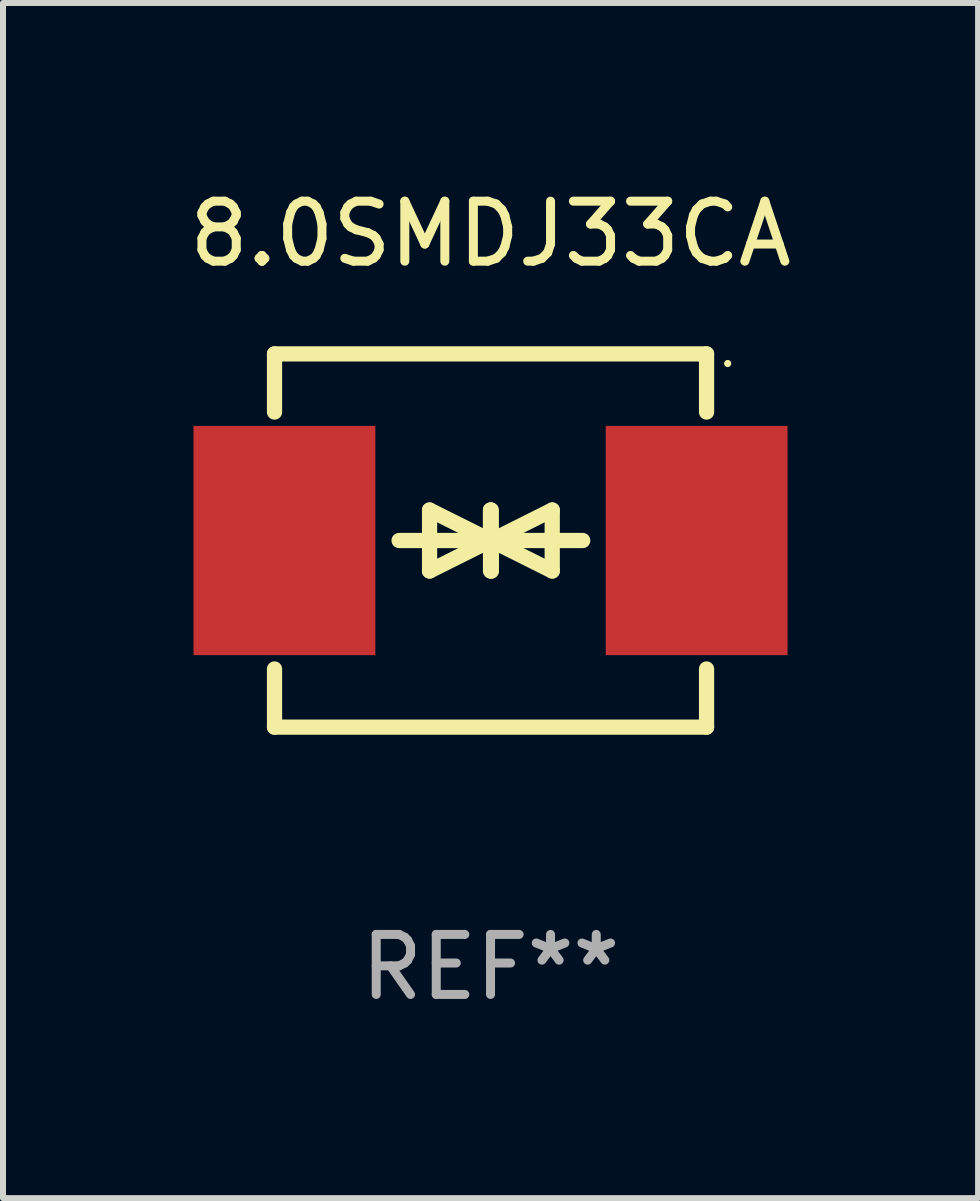
<source format=kicad_pcb>
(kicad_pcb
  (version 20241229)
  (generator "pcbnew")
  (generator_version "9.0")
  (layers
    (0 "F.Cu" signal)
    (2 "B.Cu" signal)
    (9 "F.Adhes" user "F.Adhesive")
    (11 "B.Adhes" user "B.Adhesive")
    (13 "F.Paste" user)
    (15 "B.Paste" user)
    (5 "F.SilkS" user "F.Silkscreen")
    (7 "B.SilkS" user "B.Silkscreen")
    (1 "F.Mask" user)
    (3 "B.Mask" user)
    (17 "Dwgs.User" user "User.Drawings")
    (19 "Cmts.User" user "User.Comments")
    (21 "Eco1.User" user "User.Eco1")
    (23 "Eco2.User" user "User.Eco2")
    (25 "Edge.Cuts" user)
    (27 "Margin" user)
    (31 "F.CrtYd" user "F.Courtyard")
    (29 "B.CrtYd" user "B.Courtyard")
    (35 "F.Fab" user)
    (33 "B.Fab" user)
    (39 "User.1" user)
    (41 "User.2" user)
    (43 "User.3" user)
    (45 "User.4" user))
  (footprint "8.0SMDJ33CA"
    (layer "F.Cu")
    (at 5.125 5.958)
    (property "Reference" "8.0SMDJ33CA" (at 0 -5.11 0) (layer "F.SilkS") (effects (font (size 1 1) (thickness 0.15))))
    (attr through_hole)
    (fp_line (start -3.6 -2.141) (end -3.6 -3.11) (stroke (width 0.254) (type solid)) (layer "F.SilkS"))
    (fp_line (start -3.6 3.11) (end -3.6 2.141) (stroke (width 0.254) (type solid)) (layer "F.SilkS"))
    (fp_line (start -1.524 0) (end 0.508 0) (stroke (width 0.254) (type solid)) (layer "F.SilkS"))
    (fp_line (start -1.016 -0.508) (end -1.016 0.508) (stroke (width 0.254) (type solid)) (layer "F.SilkS"))
    (fp_line (start -1.016 0.508) (end 0 0) (stroke (width 0.254) (type solid)) (layer "F.SilkS"))
    (fp_line (start 0 -0.508) (end 0 0.508) (stroke (width 0.254) (type solid)) (layer "F.SilkS"))
    (fp_line (start 0 0) (end -1.016 -0.508) (stroke (width 0.254) (type solid)) (layer "F.SilkS"))
    (fp_line (start 0 0) (end 0 -0.508) (stroke (width 0.254) (type solid)) (layer "F.SilkS"))
    (fp_line (start 0.012 0) (end 0.012 0.508) (stroke (width 0.254) (type solid)) (layer "F.SilkS"))
    (fp_line (start 0.012 0) (end 1.028 0.508) (stroke (width 0.254) (type solid)) (layer "F.SilkS"))
    (fp_line (start 0.012 0.508) (end 0.012 -0.508) (stroke (width 0.254) (type solid)) (layer "F.SilkS"))
    (fp_line (start 1.028 -0.508) (end 0.012 0) (stroke (width 0.254) (type solid)) (layer "F.SilkS"))
    (fp_line (start 1.028 0.508) (end 1.028 -0.508) (stroke (width 0.254) (type solid)) (layer "F.SilkS"))
    (fp_line (start 1.536 0) (end -0.496 0) (stroke (width 0.254) (type solid)) (layer "F.SilkS"))
    (fp_line (start 3.6 -3.11) (end -3.6 -3.11) (stroke (width 0.254) (type solid)) (layer "F.SilkS"))
    (fp_line (start 3.6 -2.141) (end 3.6 -3.11) (stroke (width 0.254) (type solid)) (layer "F.SilkS"))
    (fp_line (start 3.6 3.11) (end -3.6 3.11) (stroke (width 0.254) (type solid)) (layer "F.SilkS"))
    (fp_line (start 3.6 3.11) (end 3.6 2.141) (stroke (width 0.254) (type solid)) (layer "F.SilkS"))
    (fp_circle (center 3.952 -2.95) (end 3.982 -2.95) (stroke (width 0.06) (type solid)) (fill no) (layer "F.SilkS"))
    (fp_text user "REF**" (at 0 7.11 0) (layer "F.Fab") (effects (font (size 1 1) (thickness 0.15))))
    (pad "1" smd rect (at 3.435 0) (size 3.03 3.82) (layers "F.Cu" "F.Mask" "F.Paste"))
    (pad "2" smd rect (at -3.435 0) (size 3.03 3.82) (layers "F.Cu" "F.Mask" "F.Paste")))
  (gr_rect
    (start -3 -3)
    (end 13.25 16.917)
    (stroke (width 0.1) (type default))
    (fill no)
    (layer "Edge.Cuts")))
</source>
